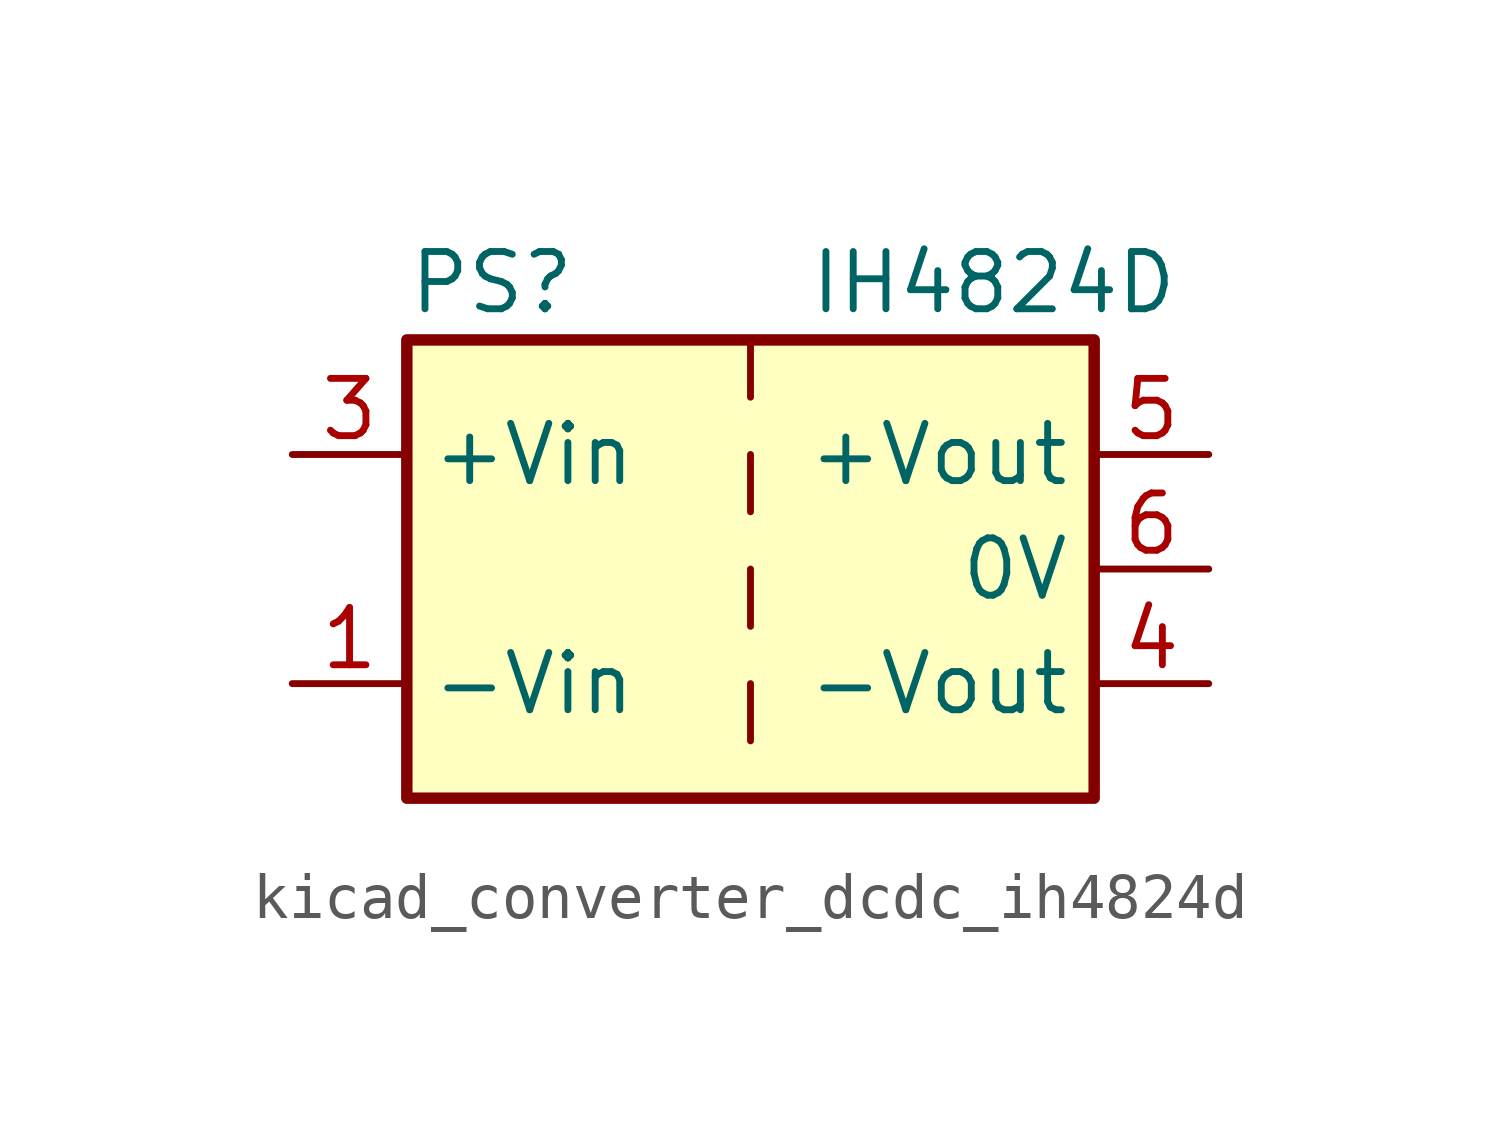
<source format=kicad_sym>
(kicad_symbol_lib
  (version 20220914)
  (generator kicad_symbol_editor)
  (symbol "kicad_converter_dcdc_ih4824d"
    (property "Reference" "PS"
      (at -7.62 6.35 0)
      (effects (font (size 1.27 1.27)) (justify left)))
    (property "Value" "IH4824D"
      (at 1.27 6.35 0)
      (effects (font (size 1.27 1.27)) (justify left)))
    (symbol "kicad_converter_dcdc_ih4824d_0_0"
      (pin power_in line (at -10.16 -2.54 0) (length 2.54) (name "-Vin" (effects (font (size 1.27 1.27)))) (number "1" (effects (font (size 1.27 1.27)))))
      (pin power_in line (at -10.16 2.54 0) (length 2.54) (name "+Vin" (effects (font (size 1.27 1.27)))) (number "3" (effects (font (size 1.27 1.27)))))
      (pin power_out line (at 10.16 -2.54 180) (length 2.54) (name "-Vout" (effects (font (size 1.27 1.27)))) (number "4" (effects (font (size 1.27 1.27)))))
      (pin power_out line (at 10.16 2.54 180) (length 2.54) (name "+Vout" (effects (font (size 1.27 1.27)))) (number "5" (effects (font (size 1.27 1.27)))))
      (pin power_out line (at 10.16 0 180) (length 2.54) (name "0V" (effects (font (size 1.27 1.27)))) (number "6" (effects (font (size 1.27 1.27))))))
    (symbol "kicad_converter_dcdc_ih4824d_0_1"
      (rectangle (start -7.62 5.08) (end 7.62 -5.08) (stroke (width 0.254) (type default)) (fill (type background)))
      (polyline (pts (xy 0 -2.54) (xy 0 -3.81)) (stroke (width 0) (type default)) (fill (type none)))
      (polyline (pts (xy 0 0) (xy 0 -1.27)) (stroke (width 0) (type default)) (fill (type none)))
      (polyline (pts (xy 0 2.54) (xy 0 1.27)) (stroke (width 0) (type default)) (fill (type none)))
      (polyline (pts (xy 0 5.08) (xy 0 3.81)) (stroke (width 0) (type default)) (fill (type none))))
    (symbol "kicad_converter_dcdc_ih4824d_1_1"
      (pin no_connect line (at 0 -5.08 90) (length 2.54) hide (name "NC" (effects (font (size 1.27 1.27)))) (number "2" (effects (font (size 1.27 1.27))))))))
</source>
